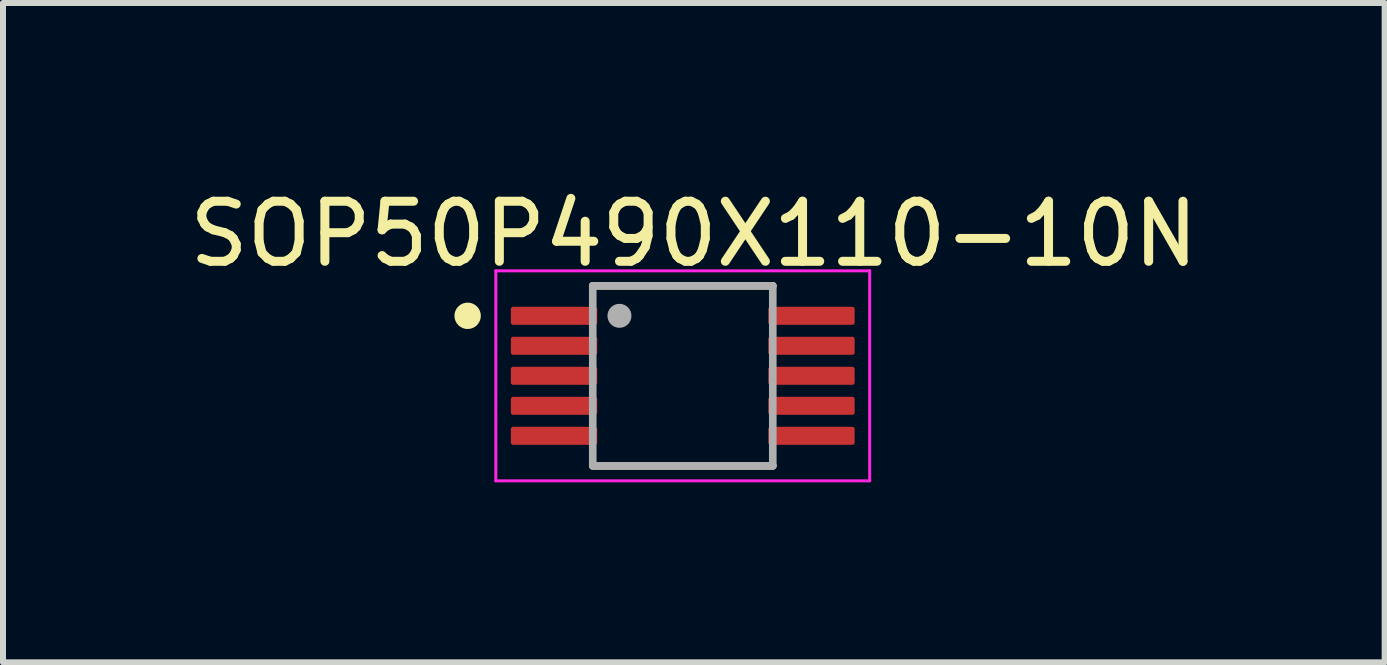
<source format=kicad_pcb>
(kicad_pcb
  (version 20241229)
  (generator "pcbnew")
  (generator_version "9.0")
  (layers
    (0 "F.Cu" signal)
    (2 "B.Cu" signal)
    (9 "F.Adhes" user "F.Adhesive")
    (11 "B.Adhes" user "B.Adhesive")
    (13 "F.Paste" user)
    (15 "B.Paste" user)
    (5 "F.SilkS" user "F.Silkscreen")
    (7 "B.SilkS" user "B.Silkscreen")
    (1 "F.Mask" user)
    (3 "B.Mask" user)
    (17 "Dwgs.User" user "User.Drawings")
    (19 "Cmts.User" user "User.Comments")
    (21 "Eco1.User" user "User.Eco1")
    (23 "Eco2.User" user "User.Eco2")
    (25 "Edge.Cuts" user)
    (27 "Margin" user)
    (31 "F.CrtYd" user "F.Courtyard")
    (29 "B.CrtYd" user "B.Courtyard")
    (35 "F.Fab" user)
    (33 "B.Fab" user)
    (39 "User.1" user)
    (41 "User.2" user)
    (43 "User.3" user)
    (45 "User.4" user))
  (footprint "SOP50P490X110-10N"
    (layer "F.Cu")
    (at 8.328 3.213)
    (property "Reference" "SOP50P490X110-10N" (at 0.185 -2.364 0) (layer "F.SilkS") (effects (font (size 1.001 1.001) (thickness 0.15))))
    (attr smd)
    (fp_line (start -1.5 -1.5) (end 1.5 -1.5) (stroke (width 0.127) (type solid)) (layer "F.SilkS"))
    (fp_line (start -1.5 1.5) (end 1.5 1.5) (stroke (width 0.127) (type solid)) (layer "F.SilkS"))
    (fp_circle (center -3.585 -1) (end -3.475 -1) (stroke (width 0.22) (type solid)) (fill no) (layer "F.SilkS"))
    (fp_line (start -3.115 -1.75) (end -3.115 1.75) (stroke (width 0.05) (type solid)) (layer "F.CrtYd"))
    (fp_line (start -3.115 -1.75) (end 3.115 -1.75) (stroke (width 0.05) (type solid)) (layer "F.CrtYd"))
    (fp_line (start -3.115 1.75) (end 3.115 1.75) (stroke (width 0.05) (type solid)) (layer "F.CrtYd"))
    (fp_line (start 3.115 -1.75) (end 3.115 1.75) (stroke (width 0.05) (type solid)) (layer "F.CrtYd"))
    (fp_line (start -1.5 -1.5) (end -1.5 1.5) (stroke (width 0.127) (type solid)) (layer "F.Fab"))
    (fp_line (start -1.5 -1.5) (end 1.5 -1.5) (stroke (width 0.127) (type solid)) (layer "F.Fab"))
    (fp_line (start -1.5 1.5) (end 1.5 1.5) (stroke (width 0.127) (type solid)) (layer "F.Fab"))
    (fp_line (start 1.5 -1.5) (end 1.5 1.5) (stroke (width 0.127) (type solid)) (layer "F.Fab"))
    (fp_circle (center -1.055 -1) (end -0.955 -1) (stroke (width 0.2) (type solid)) (fill no) (layer "F.Fab"))
    (pad "1" smd roundrect (at -2.145 -1) (size 1.44 0.3) (layers "F.Cu" "F.Mask" "F.Paste") (roundrect_rratio 0.125))
    (pad "2" smd roundrect (at -2.145 -0.5) (size 1.44 0.3) (layers "F.Cu" "F.Mask" "F.Paste") (roundrect_rratio 0.125))
    (pad "3" smd roundrect (at -2.145 0) (size 1.44 0.3) (layers "F.Cu" "F.Mask" "F.Paste") (roundrect_rratio 0.125))
    (pad "4" smd roundrect (at -2.145 0.5) (size 1.44 0.3) (layers "F.Cu" "F.Mask" "F.Paste") (roundrect_rratio 0.125))
    (pad "5" smd roundrect (at -2.145 1) (size 1.44 0.3) (layers "F.Cu" "F.Mask" "F.Paste") (roundrect_rratio 0.125))
    (pad "6" smd roundrect (at 2.145 1) (size 1.44 0.3) (layers "F.Cu" "F.Mask" "F.Paste") (roundrect_rratio 0.125))
    (pad "7" smd roundrect (at 2.145 0.5) (size 1.44 0.3) (layers "F.Cu" "F.Mask" "F.Paste") (roundrect_rratio 0.125))
    (pad "8" smd roundrect (at 2.145 0) (size 1.44 0.3) (layers "F.Cu" "F.Mask" "F.Paste") (roundrect_rratio 0.125))
    (pad "9" smd roundrect (at 2.145 -0.5) (size 1.44 0.3) (layers "F.Cu" "F.Mask" "F.Paste") (roundrect_rratio 0.125))
    (pad "10" smd roundrect (at 2.145 -1) (size 1.44 0.3) (layers "F.Cu" "F.Mask" "F.Paste") (roundrect_rratio 0.125)))
  (gr_rect
    (start -3 -3)
    (end 20.025 7.988)
    (stroke (width 0.1) (type default))
    (fill no)
    (layer "Edge.Cuts")))
</source>
